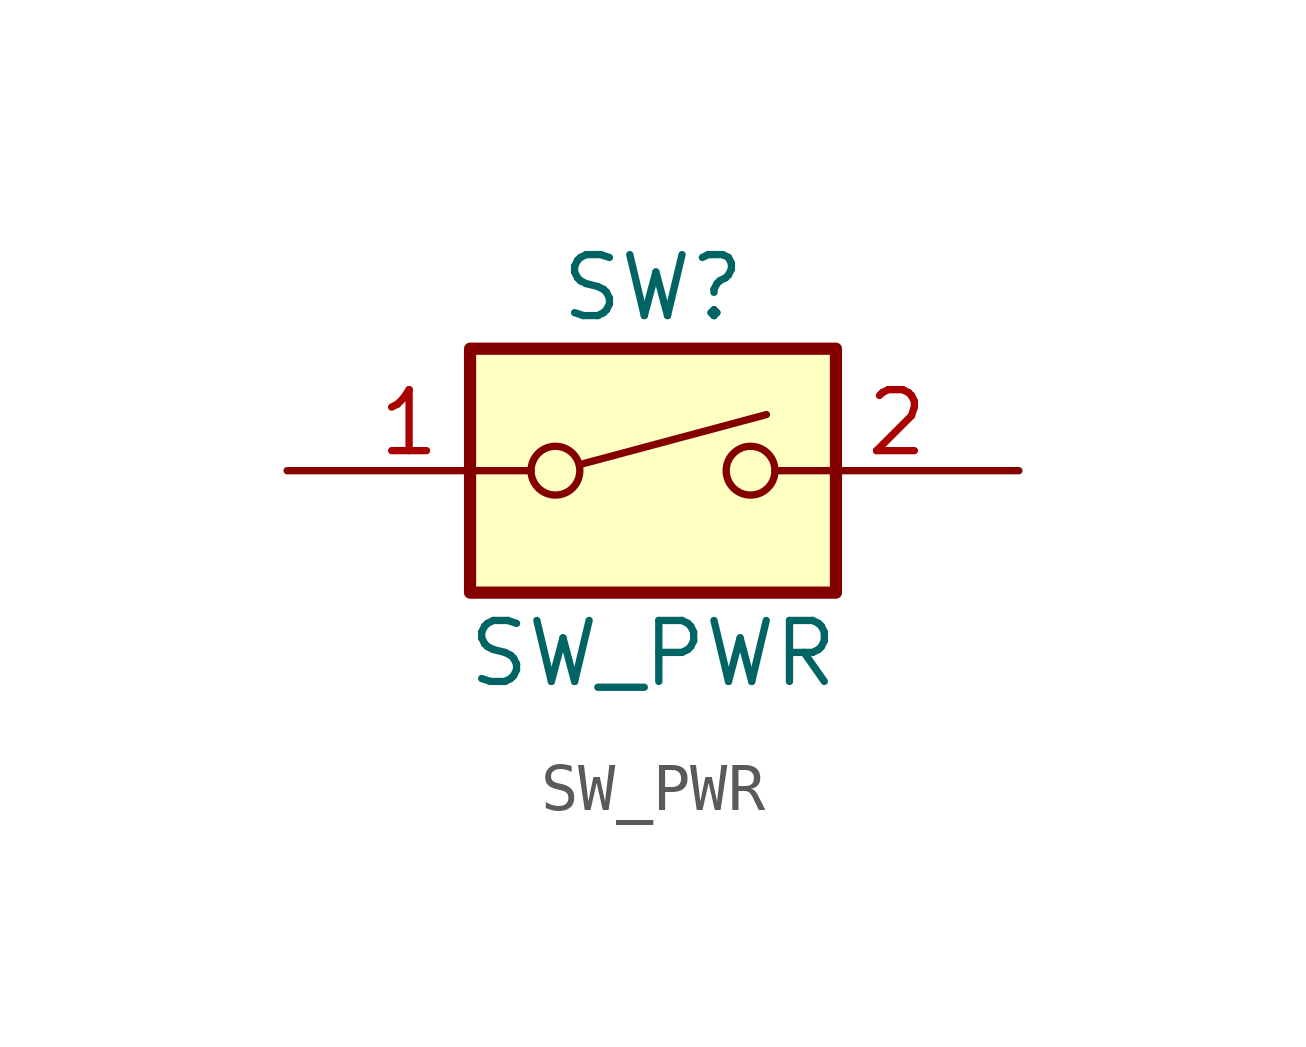
<source format=kicad_sym>
(kicad_symbol_lib
  (version 20241209)
  (generator "kicad_symbol_editor")
  (generator_version "9.0")
  (symbol "SW_PWR"
    (pin_names
      (offset 0)
      (hide yes))
    (property "Reference" "SW"
      (at 0 3.81 0)
      (effects (font (size 1.27 1.27))))
    (property "Value" "SW_PWR"
      (at 0 -3.81 0)
      (effects (font (size 1.27 1.27))))
    (symbol "SW_PWR_0_0"
      (circle (center -2.032 0) (radius 0.508) (stroke (width 0) (type default)) (fill (type none)))
      (polyline (pts (xy -1.524 0.127) (xy 2.362 1.168)) (stroke (width 0) (type default)) (fill (type none)))
      (circle (center 2.032 0) (radius 0.508) (stroke (width 0) (type default)) (fill (type none))))
    (symbol "SW_PWR_0_1"
      (rectangle (start -3.81 2.54) (end 3.81 -2.54) (stroke (width 0.254) (type default)) (fill (type background))))
    (symbol "SW_PWR_1_1"
      (pin power_in line (at -7.62 0 0) (length 5.08) (name "~" (effects (font (size 1.27 1.27)))) (number "1" (effects (font (size 1.27 1.27)))))
      (pin power_out line (at 7.62 0 180) (length 5.08) (name "~" (effects (font (size 1.27 1.27)))) (number "2" (effects (font (size 1.27 1.27))))))))
</source>
